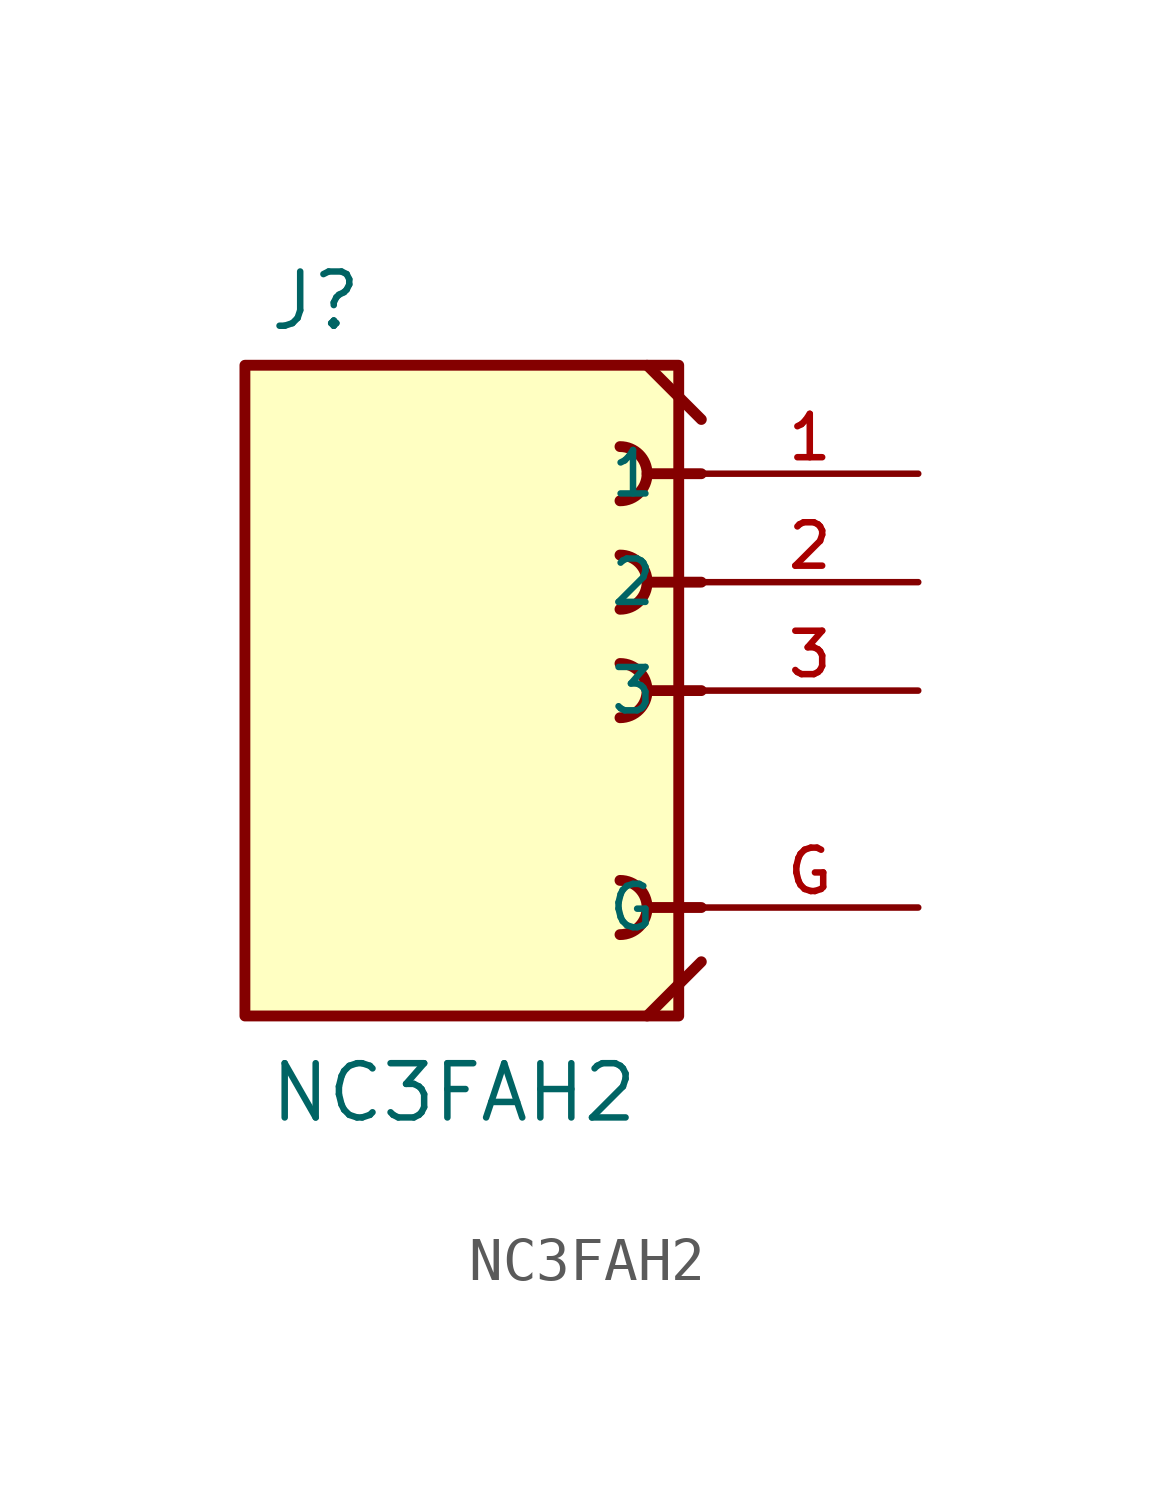
<source format=kicad_sym>
(kicad_symbol_lib
  (version 20211014)
  (generator kicad_symbol_editor)
  (symbol "NC3FAH2"
    (pin_names
      (offset 1.016))
    (property "Reference" "J"
      (at -10.16 8.382 0)
      (effects (font (size 1.27 1.27)) (justify bottom left)))
    (property "Value" "NC3FAH2"
      (at -10.16 -10.16 0)
      (effects (font (size 1.27 1.27)) (justify bottom left)))
    (symbol "NC3FAH2_0_0"
      (polyline (pts (xy -1.27 7.62) (xy 0.0 6.35)) (stroke (width 0.254)))
      (polyline (pts (xy 0.0 -6.35) (xy -1.27 -7.62)) (stroke (width 0.254)))
      (polyline (pts (xy 0.0 5.08) (xy -1.27 5.08)) (stroke (width 0.254)))
      (arc (start -1.905 4.445) (mid -1.27 5.08) (end -1.905 5.715) (stroke (width 0.254) (type default) (color 0 0 0 0)) (fill (type none)))
      (polyline (pts (xy 0.0 2.54) (xy -1.27 2.54)) (stroke (width 0.254)))
      (arc (start -1.905 1.905) (mid -1.27 2.54) (end -1.905 3.175) (stroke (width 0.254) (type default) (color 0 0 0 0)) (fill (type none)))
      (polyline (pts (xy 0.0 0.0) (xy -1.27 0.0)) (stroke (width 0.254)))
      (arc (start -1.905 -0.635) (mid -1.27 0.0) (end -1.905 0.635) (stroke (width 0.254) (type default) (color 0 0 0 0)) (fill (type none)))
      (polyline (pts (xy 0.0 -5.08) (xy -1.27 -5.08)) (stroke (width 0.254)))
      (arc (start -1.905 -5.715) (mid -1.27 -5.08) (end -1.905 -4.445) (stroke (width 0.254) (type default) (color 0 0 0 0)) (fill (type none)))
      (rectangle (start -10.689 -7.62) (end -0.529 7.62) (stroke (width 0.254)) (fill (type background)))
      (pin passive line (at 5.08 5.08 180.0) (length 5.08) (name "1" (effects (font (size 1.016 1.016)))) (number "1" (effects (font (size 1.016 1.016)))))
      (pin passive line (at 5.08 2.54 180.0) (length 5.08) (name "2" (effects (font (size 1.016 1.016)))) (number "2" (effects (font (size 1.016 1.016)))))
      (pin passive line (at 5.08 0.0 180.0) (length 5.08) (name "3" (effects (font (size 1.016 1.016)))) (number "3" (effects (font (size 1.016 1.016)))))
      (pin power_in line (at 5.08 -5.08 180.0) (length 5.08) (name "G" (effects (font (size 1.016 1.016)))) (number "G" (effects (font (size 1.016 1.016))))))))
</source>
